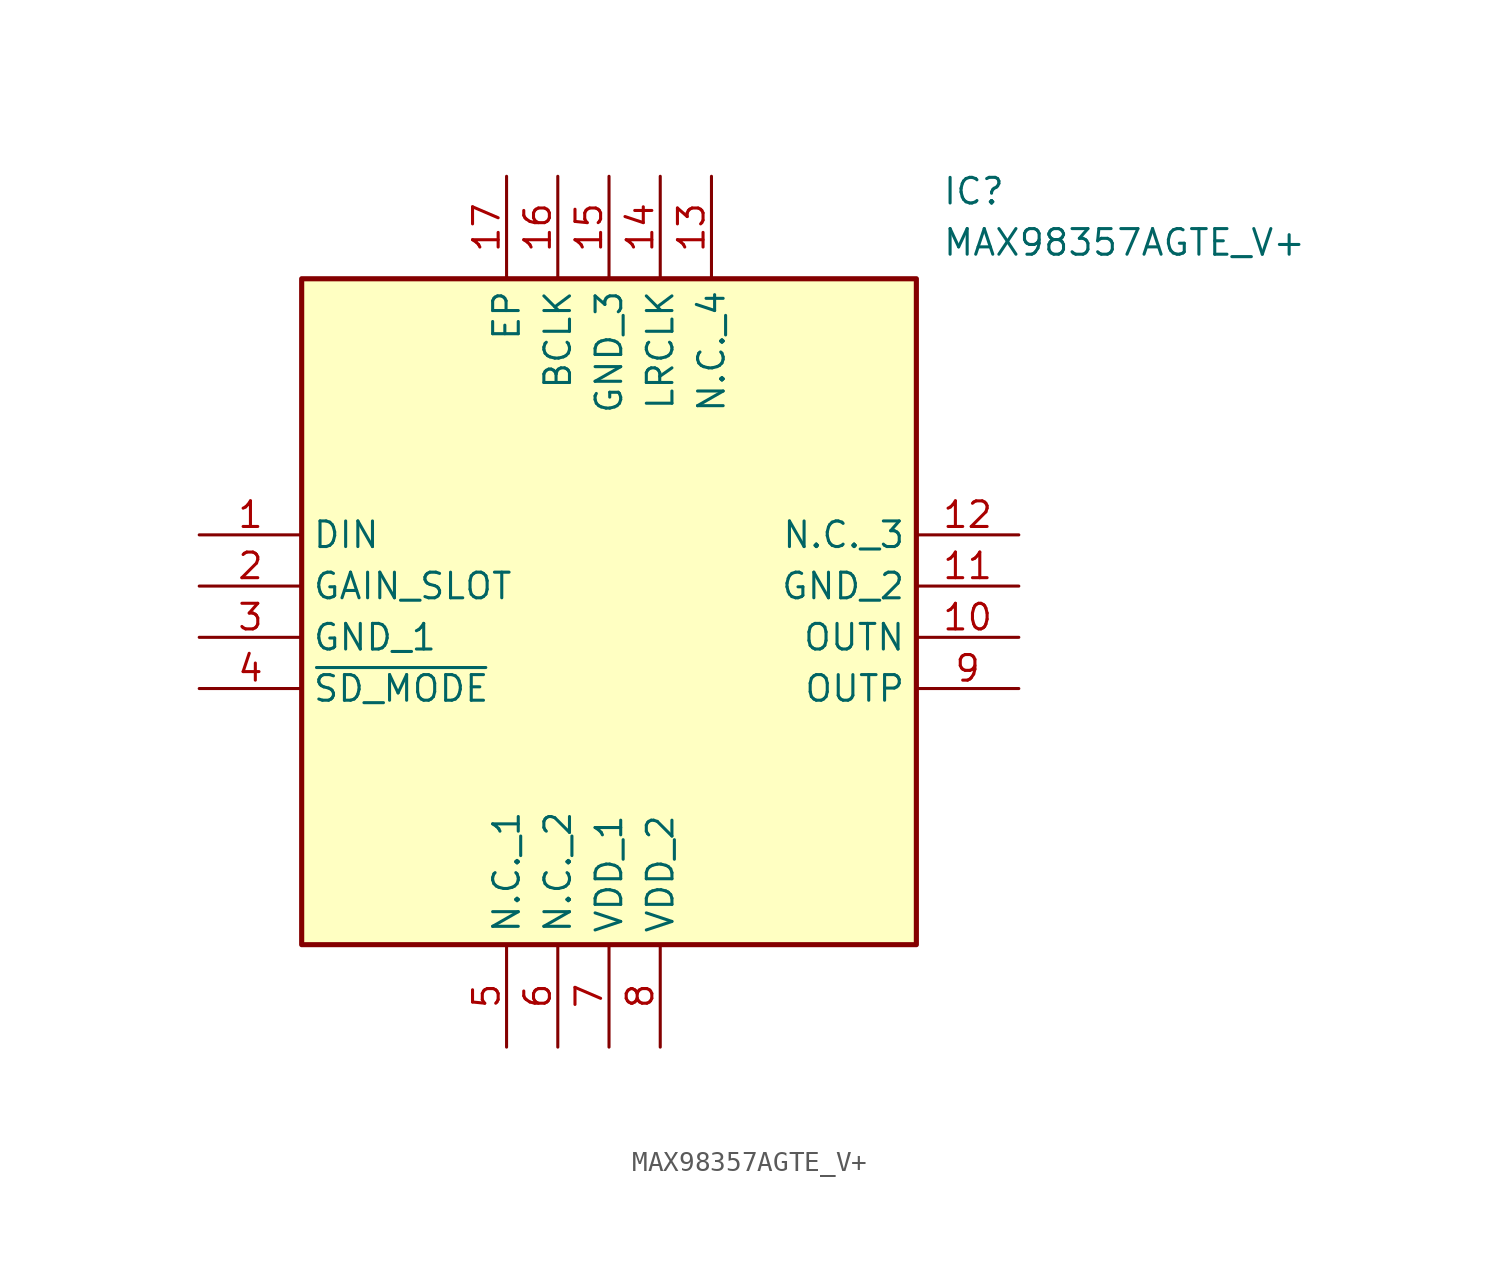
<source format=kicad_sym>
(kicad_symbol_lib
  (version 20211014)
  (generator SamacSys_ECAD_Model)
  (symbol "MAX98357AGTE_V+"
    (property "Reference" "IC"
      (at 36.83 17.78 0)
      (effects (font (size 1.27 1.27)) (justify left top)))
    (property "Value" "MAX98357AGTE_V+"
      (at 36.83 15.24 0)
      (effects (font (size 1.27 1.27)) (justify left top)))
    (rectangle
      (start 5.08 12.7)
      (end 35.56 -20.32)
      (stroke (width 0.254) (type default))
      (fill (type background)))
    (pin passive line
      (at 0 0 0)
      (length 5.08)
      (name "DIN" (effects (font (size 1.27 1.27))))
      (number "1" (effects (font (size 1.27 1.27)))))
    (pin passive line
      (at 0 -2.54 0)
      (length 5.08)
      (name "GAIN_SLOT" (effects (font (size 1.27 1.27))))
      (number "2" (effects (font (size 1.27 1.27)))))
    (pin passive line
      (at 0 -5.08 0)
      (length 5.08)
      (name "GND_1" (effects (font (size 1.27 1.27))))
      (number "3" (effects (font (size 1.27 1.27)))))
    (pin passive line
      (at 0 -7.62 0)
      (length 5.08)
      (name "~{SD_MODE}" (effects (font (size 1.27 1.27))))
      (number "4" (effects (font (size 1.27 1.27)))))
    (pin passive line
      (at 15.24 -25.4 90)
      (length 5.08)
      (name "N.C._1" (effects (font (size 1.27 1.27))))
      (number "5" (effects (font (size 1.27 1.27)))))
    (pin passive line
      (at 17.78 -25.4 90)
      (length 5.08)
      (name "N.C._2" (effects (font (size 1.27 1.27))))
      (number "6" (effects (font (size 1.27 1.27)))))
    (pin passive line
      (at 20.32 -25.4 90)
      (length 5.08)
      (name "VDD_1" (effects (font (size 1.27 1.27))))
      (number "7" (effects (font (size 1.27 1.27)))))
    (pin passive line
      (at 22.86 -25.4 90)
      (length 5.08)
      (name "VDD_2" (effects (font (size 1.27 1.27))))
      (number "8" (effects (font (size 1.27 1.27)))))
    (pin passive line
      (at 40.64 0 180)
      (length 5.08)
      (name "N.C._3" (effects (font (size 1.27 1.27))))
      (number "12" (effects (font (size 1.27 1.27)))))
    (pin passive line
      (at 40.64 -2.54 180)
      (length 5.08)
      (name "GND_2" (effects (font (size 1.27 1.27))))
      (number "11" (effects (font (size 1.27 1.27)))))
    (pin passive line
      (at 40.64 -5.08 180)
      (length 5.08)
      (name "OUTN" (effects (font (size 1.27 1.27))))
      (number "10" (effects (font (size 1.27 1.27)))))
    (pin passive line
      (at 40.64 -7.62 180)
      (length 5.08)
      (name "OUTP" (effects (font (size 1.27 1.27))))
      (number "9" (effects (font (size 1.27 1.27)))))
    (pin passive line
      (at 15.24 17.78 270)
      (length 5.08)
      (name "EP" (effects (font (size 1.27 1.27))))
      (number "17" (effects (font (size 1.27 1.27)))))
    (pin passive line
      (at 17.78 17.78 270)
      (length 5.08)
      (name "BCLK" (effects (font (size 1.27 1.27))))
      (number "16" (effects (font (size 1.27 1.27)))))
    (pin passive line
      (at 20.32 17.78 270)
      (length 5.08)
      (name "GND_3" (effects (font (size 1.27 1.27))))
      (number "15" (effects (font (size 1.27 1.27)))))
    (pin passive line
      (at 22.86 17.78 270)
      (length 5.08)
      (name "LRCLK" (effects (font (size 1.27 1.27))))
      (number "14" (effects (font (size 1.27 1.27)))))
    (pin passive line
      (at 25.4 17.78 270)
      (length 5.08)
      (name "N.C._4" (effects (font (size 1.27 1.27))))
      (number "13" (effects (font (size 1.27 1.27)))))))
</source>
